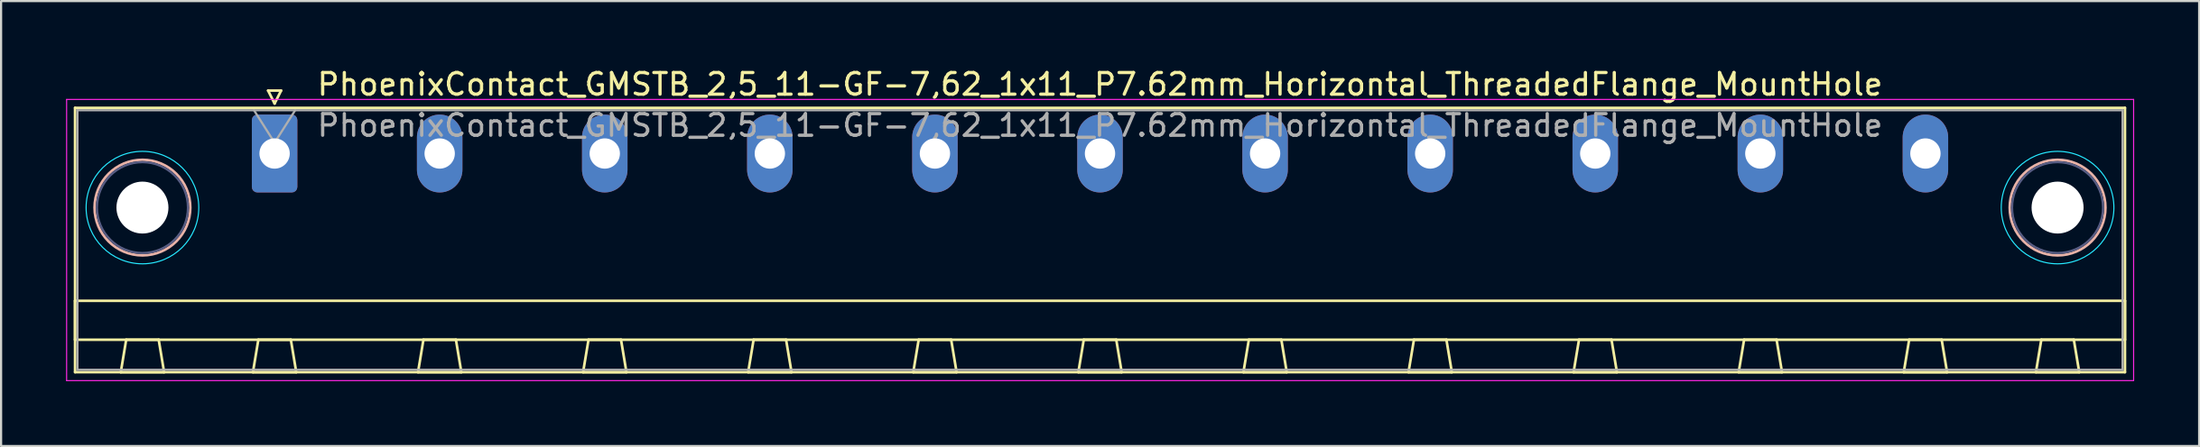
<source format=kicad_pcb>
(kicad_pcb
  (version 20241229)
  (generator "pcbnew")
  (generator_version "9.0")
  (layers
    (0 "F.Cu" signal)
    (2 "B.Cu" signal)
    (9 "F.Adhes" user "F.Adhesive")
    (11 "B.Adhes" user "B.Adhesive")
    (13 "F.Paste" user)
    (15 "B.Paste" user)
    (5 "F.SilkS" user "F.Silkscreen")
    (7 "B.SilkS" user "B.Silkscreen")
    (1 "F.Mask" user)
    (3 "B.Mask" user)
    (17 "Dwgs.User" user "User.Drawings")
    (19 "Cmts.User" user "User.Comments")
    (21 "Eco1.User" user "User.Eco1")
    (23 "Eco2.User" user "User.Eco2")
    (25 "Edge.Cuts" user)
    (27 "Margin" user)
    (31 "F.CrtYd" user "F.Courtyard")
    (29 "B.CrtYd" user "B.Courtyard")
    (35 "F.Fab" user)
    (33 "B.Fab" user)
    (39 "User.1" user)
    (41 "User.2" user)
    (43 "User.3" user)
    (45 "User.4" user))
  (footprint "PhoenixContact_GMSTB_2,5_11-GF-7,62_1x11_P7.62mm_Horizontal_ThreadedFlange_MountHole"
    (layer "F.Cu")
    (at 9.625 4.048)
    (property "Reference" "PhoenixContact_GMSTB_2,5_11-GF-7,62_1x11_P7.62mm_Horizontal_ThreadedFlange_MountHole" (at 38.1 -3.2 0) (layer "F.SilkS") (effects (font (size 1 1) (thickness 0.15))))
    (attr through_hole)
    (fp_line (start -9.21 -2.11) (end -9.21 10.11) (stroke (width 0.12) (type solid)) (layer "F.SilkS"))
    (fp_line (start -9.21 6.81) (end 85.41 6.81) (stroke (width 0.12) (type solid)) (layer "F.SilkS"))
    (fp_line (start -9.21 8.61) (end -9.21 6.81) (stroke (width 0.12) (type solid)) (layer "F.SilkS"))
    (fp_line (start -9.21 10.11) (end 85.41 10.11) (stroke (width 0.12) (type solid)) (layer "F.SilkS"))
    (fp_line (start -7.1 10.11) (end -5.1 10.11) (stroke (width 0.12) (type solid)) (layer "F.SilkS"))
    (fp_line (start -6.85 8.61) (end -7.1 10.11) (stroke (width 0.12) (type solid)) (layer "F.SilkS"))
    (fp_line (start -5.35 8.61) (end -6.85 8.61) (stroke (width 0.12) (type solid)) (layer "F.SilkS"))
    (fp_line (start -5.1 10.11) (end -5.35 8.61) (stroke (width 0.12) (type solid)) (layer "F.SilkS"))
    (fp_line (start -1 10.11) (end 1 10.11) (stroke (width 0.12) (type solid)) (layer "F.SilkS"))
    (fp_line (start -0.75 8.61) (end -1 10.11) (stroke (width 0.12) (type solid)) (layer "F.SilkS"))
    (fp_line (start -0.3 -2.91) (end 0.3 -2.91) (stroke (width 0.12) (type solid)) (layer "F.SilkS"))
    (fp_line (start 0 -2.31) (end -0.3 -2.91) (stroke (width 0.12) (type solid)) (layer "F.SilkS"))
    (fp_line (start 0.3 -2.91) (end 0 -2.31) (stroke (width 0.12) (type solid)) (layer "F.SilkS"))
    (fp_line (start 0.75 8.61) (end -0.75 8.61) (stroke (width 0.12) (type solid)) (layer "F.SilkS"))
    (fp_line (start 1 10.11) (end 0.75 8.61) (stroke (width 0.12) (type solid)) (layer "F.SilkS"))
    (fp_line (start 6.62 10.11) (end 8.62 10.11) (stroke (width 0.12) (type solid)) (layer "F.SilkS"))
    (fp_line (start 6.87 8.61) (end 6.62 10.11) (stroke (width 0.12) (type solid)) (layer "F.SilkS"))
    (fp_line (start 8.37 8.61) (end 6.87 8.61) (stroke (width 0.12) (type solid)) (layer "F.SilkS"))
    (fp_line (start 8.62 10.11) (end 8.37 8.61) (stroke (width 0.12) (type solid)) (layer "F.SilkS"))
    (fp_line (start 14.24 10.11) (end 16.24 10.11) (stroke (width 0.12) (type solid)) (layer "F.SilkS"))
    (fp_line (start 14.49 8.61) (end 14.24 10.11) (stroke (width 0.12) (type solid)) (layer "F.SilkS"))
    (fp_line (start 15.99 8.61) (end 14.49 8.61) (stroke (width 0.12) (type solid)) (layer "F.SilkS"))
    (fp_line (start 16.24 10.11) (end 15.99 8.61) (stroke (width 0.12) (type solid)) (layer "F.SilkS"))
    (fp_line (start 21.86 10.11) (end 23.86 10.11) (stroke (width 0.12) (type solid)) (layer "F.SilkS"))
    (fp_line (start 22.11 8.61) (end 21.86 10.11) (stroke (width 0.12) (type solid)) (layer "F.SilkS"))
    (fp_line (start 23.61 8.61) (end 22.11 8.61) (stroke (width 0.12) (type solid)) (layer "F.SilkS"))
    (fp_line (start 23.86 10.11) (end 23.61 8.61) (stroke (width 0.12) (type solid)) (layer "F.SilkS"))
    (fp_line (start 29.48 10.11) (end 31.48 10.11) (stroke (width 0.12) (type solid)) (layer "F.SilkS"))
    (fp_line (start 29.73 8.61) (end 29.48 10.11) (stroke (width 0.12) (type solid)) (layer "F.SilkS"))
    (fp_line (start 31.23 8.61) (end 29.73 8.61) (stroke (width 0.12) (type solid)) (layer "F.SilkS"))
    (fp_line (start 31.48 10.11) (end 31.23 8.61) (stroke (width 0.12) (type solid)) (layer "F.SilkS"))
    (fp_line (start 37.1 10.11) (end 39.1 10.11) (stroke (width 0.12) (type solid)) (layer "F.SilkS"))
    (fp_line (start 37.35 8.61) (end 37.1 10.11) (stroke (width 0.12) (type solid)) (layer "F.SilkS"))
    (fp_line (start 38.85 8.61) (end 37.35 8.61) (stroke (width 0.12) (type solid)) (layer "F.SilkS"))
    (fp_line (start 39.1 10.11) (end 38.85 8.61) (stroke (width 0.12) (type solid)) (layer "F.SilkS"))
    (fp_line (start 44.72 10.11) (end 46.72 10.11) (stroke (width 0.12) (type solid)) (layer "F.SilkS"))
    (fp_line (start 44.97 8.61) (end 44.72 10.11) (stroke (width 0.12) (type solid)) (layer "F.SilkS"))
    (fp_line (start 46.47 8.61) (end 44.97 8.61) (stroke (width 0.12) (type solid)) (layer "F.SilkS"))
    (fp_line (start 46.72 10.11) (end 46.47 8.61) (stroke (width 0.12) (type solid)) (layer "F.SilkS"))
    (fp_line (start 52.34 10.11) (end 54.34 10.11) (stroke (width 0.12) (type solid)) (layer "F.SilkS"))
    (fp_line (start 52.59 8.61) (end 52.34 10.11) (stroke (width 0.12) (type solid)) (layer "F.SilkS"))
    (fp_line (start 54.09 8.61) (end 52.59 8.61) (stroke (width 0.12) (type solid)) (layer "F.SilkS"))
    (fp_line (start 54.34 10.11) (end 54.09 8.61) (stroke (width 0.12) (type solid)) (layer "F.SilkS"))
    (fp_line (start 59.96 10.11) (end 61.96 10.11) (stroke (width 0.12) (type solid)) (layer "F.SilkS"))
    (fp_line (start 60.21 8.61) (end 59.96 10.11) (stroke (width 0.12) (type solid)) (layer "F.SilkS"))
    (fp_line (start 61.71 8.61) (end 60.21 8.61) (stroke (width 0.12) (type solid)) (layer "F.SilkS"))
    (fp_line (start 61.96 10.11) (end 61.71 8.61) (stroke (width 0.12) (type solid)) (layer "F.SilkS"))
    (fp_line (start 67.58 10.11) (end 69.58 10.11) (stroke (width 0.12) (type solid)) (layer "F.SilkS"))
    (fp_line (start 67.83 8.61) (end 67.58 10.11) (stroke (width 0.12) (type solid)) (layer "F.SilkS"))
    (fp_line (start 69.33 8.61) (end 67.83 8.61) (stroke (width 0.12) (type solid)) (layer "F.SilkS"))
    (fp_line (start 69.58 10.11) (end 69.33 8.61) (stroke (width 0.12) (type solid)) (layer "F.SilkS"))
    (fp_line (start 75.2 10.11) (end 77.2 10.11) (stroke (width 0.12) (type solid)) (layer "F.SilkS"))
    (fp_line (start 75.45 8.61) (end 75.2 10.11) (stroke (width 0.12) (type solid)) (layer "F.SilkS"))
    (fp_line (start 76.95 8.61) (end 75.45 8.61) (stroke (width 0.12) (type solid)) (layer "F.SilkS"))
    (fp_line (start 77.2 10.11) (end 76.95 8.61) (stroke (width 0.12) (type solid)) (layer "F.SilkS"))
    (fp_line (start 81.3 10.11) (end 83.3 10.11) (stroke (width 0.12) (type solid)) (layer "F.SilkS"))
    (fp_line (start 81.55 8.61) (end 81.3 10.11) (stroke (width 0.12) (type solid)) (layer "F.SilkS"))
    (fp_line (start 83.05 8.61) (end 81.55 8.61) (stroke (width 0.12) (type solid)) (layer "F.SilkS"))
    (fp_line (start 83.3 10.11) (end 83.05 8.61) (stroke (width 0.12) (type solid)) (layer "F.SilkS"))
    (fp_line (start 85.41 -2.11) (end -9.21 -2.11) (stroke (width 0.12) (type solid)) (layer "F.SilkS"))
    (fp_line (start 85.41 6.81) (end 85.41 8.61) (stroke (width 0.12) (type solid)) (layer "F.SilkS"))
    (fp_line (start 85.41 8.61) (end -9.21 8.61) (stroke (width 0.12) (type solid)) (layer "F.SilkS"))
    (fp_line (start 85.41 10.11) (end 85.41 -2.11) (stroke (width 0.12) (type solid)) (layer "F.SilkS"))
    (fp_circle (center -6.1 2.5) (end -3.89 2.5) (stroke (width 0.12) (type solid)) (fill no) (layer "B.SilkS"))
    (fp_circle (center 82.3 2.5) (end 84.51 2.5) (stroke (width 0.12) (type solid)) (fill no) (layer "B.SilkS"))
    (fp_circle (center -6.1 2.5) (end -3.5 2.5) (stroke (width 0.05) (type solid)) (fill no) (layer "B.CrtYd"))
    (fp_circle (center 82.3 2.5) (end 84.9 2.5) (stroke (width 0.05) (type solid)) (fill no) (layer "B.CrtYd"))
    (fp_line (start -9.6 -2.5) (end -9.6 10.5) (stroke (width 0.05) (type solid)) (layer "F.CrtYd"))
    (fp_line (start -9.6 10.5) (end 85.81 10.5) (stroke (width 0.05) (type solid)) (layer "F.CrtYd"))
    (fp_line (start 85.81 -2.5) (end -9.6 -2.5) (stroke (width 0.05) (type solid)) (layer "F.CrtYd"))
    (fp_line (start 85.81 10.5) (end 85.81 -2.5) (stroke (width 0.05) (type solid)) (layer "F.CrtYd"))
    (fp_circle (center -6.1 2.5) (end -4 2.5) (stroke (width 0.1) (type solid)) (fill no) (layer "B.Fab"))
    (fp_circle (center 82.3 2.5) (end 84.4 2.5) (stroke (width 0.1) (type solid)) (fill no) (layer "B.Fab"))
    (fp_line (start -9.1 -2) (end -9.1 10) (stroke (width 0.1) (type solid)) (layer "F.Fab"))
    (fp_line (start -9.1 10) (end 85.3 10) (stroke (width 0.1) (type solid)) (layer "F.Fab"))
    (fp_line (start 0 -0.5) (end -0.95 -2) (stroke (width 0.1) (type solid)) (layer "F.Fab"))
    (fp_line (start 0.95 -2) (end 0 -0.5) (stroke (width 0.1) (type solid)) (layer "F.Fab"))
    (fp_line (start 85.3 -2) (end -9.1 -2) (stroke (width 0.1) (type solid)) (layer "F.Fab"))
    (fp_line (start 85.3 10) (end 85.3 -2) (stroke (width 0.1) (type solid)) (layer "F.Fab"))
    (fp_text user "${REFERENCE}" (at 38.1 -1.3 0) (layer "F.Fab") (effects (font (size 1 1) (thickness 0.15))))
    (pad "" np_thru_hole circle (at -6.1 2.5) (size 2.4 2.4) (drill 2.4) (layers "*.Cu" "*.Mask"))
    (pad "" np_thru_hole circle (at 82.3 2.5) (size 2.4 2.4) (drill 2.4) (layers "*.Cu" "*.Mask"))
    (pad "1" thru_hole roundrect (at 0 0) (size 2.1 3.6) (drill 1.4) (layers "*.Cu" "*.Mask") (roundrect_rratio 0.119))
    (pad "2" thru_hole oval (at 7.62 0) (size 2.1 3.6) (drill 1.4) (layers "*.Cu" "*.Mask"))
    (pad "3" thru_hole oval (at 15.24 0) (size 2.1 3.6) (drill 1.4) (layers "*.Cu" "*.Mask"))
    (pad "4" thru_hole oval (at 22.86 0) (size 2.1 3.6) (drill 1.4) (layers "*.Cu" "*.Mask"))
    (pad "5" thru_hole oval (at 30.48 0) (size 2.1 3.6) (drill 1.4) (layers "*.Cu" "*.Mask"))
    (pad "6" thru_hole oval (at 38.1 0) (size 2.1 3.6) (drill 1.4) (layers "*.Cu" "*.Mask"))
    (pad "7" thru_hole oval (at 45.72 0) (size 2.1 3.6) (drill 1.4) (layers "*.Cu" "*.Mask"))
    (pad "8" thru_hole oval (at 53.34 0) (size 2.1 3.6) (drill 1.4) (layers "*.Cu" "*.Mask"))
    (pad "9" thru_hole oval (at 60.96 0) (size 2.1 3.6) (drill 1.4) (layers "*.Cu" "*.Mask"))
    (pad "10" thru_hole oval (at 68.58 0) (size 2.1 3.6) (drill 1.4) (layers "*.Cu" "*.Mask"))
    (pad "11" thru_hole oval (at 76.2 0) (size 2.1 3.6) (drill 1.4) (layers "*.Cu" "*.Mask")))
  (gr_rect
    (start -3 -3)
    (end 98.46 17.573)
    (stroke (width 0.1) (type default))
    (fill no)
    (layer "Edge.Cuts")))
</source>
